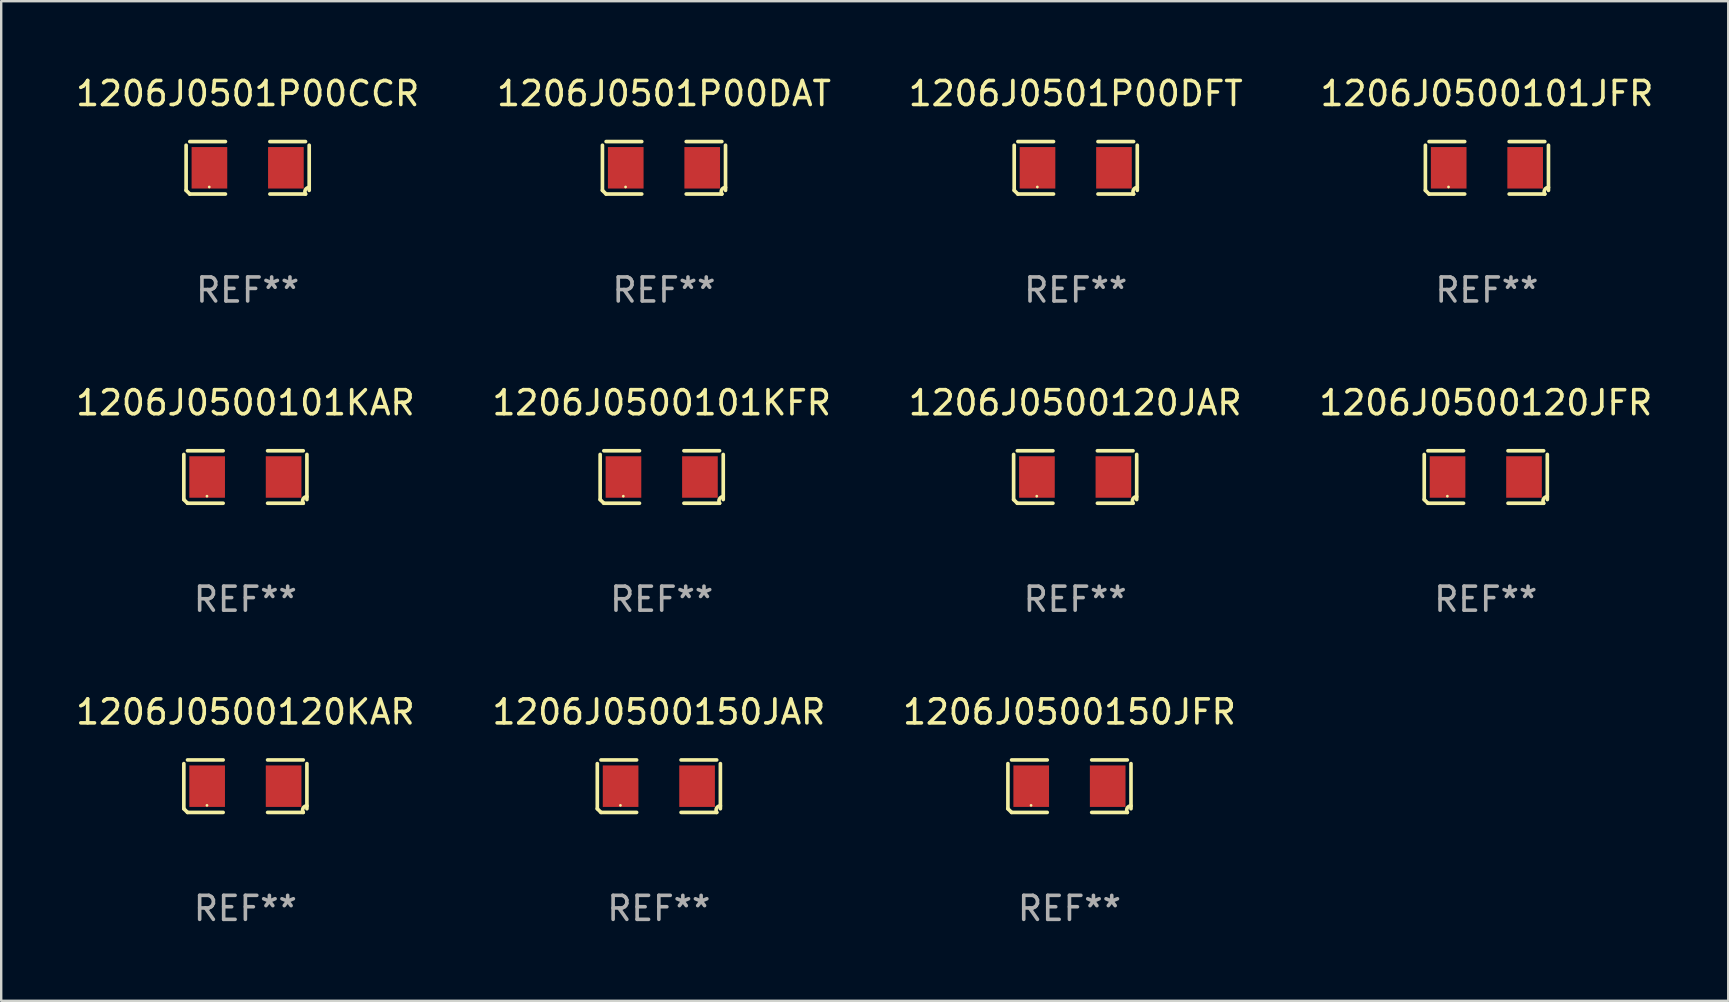
<source format=kicad_pcb>
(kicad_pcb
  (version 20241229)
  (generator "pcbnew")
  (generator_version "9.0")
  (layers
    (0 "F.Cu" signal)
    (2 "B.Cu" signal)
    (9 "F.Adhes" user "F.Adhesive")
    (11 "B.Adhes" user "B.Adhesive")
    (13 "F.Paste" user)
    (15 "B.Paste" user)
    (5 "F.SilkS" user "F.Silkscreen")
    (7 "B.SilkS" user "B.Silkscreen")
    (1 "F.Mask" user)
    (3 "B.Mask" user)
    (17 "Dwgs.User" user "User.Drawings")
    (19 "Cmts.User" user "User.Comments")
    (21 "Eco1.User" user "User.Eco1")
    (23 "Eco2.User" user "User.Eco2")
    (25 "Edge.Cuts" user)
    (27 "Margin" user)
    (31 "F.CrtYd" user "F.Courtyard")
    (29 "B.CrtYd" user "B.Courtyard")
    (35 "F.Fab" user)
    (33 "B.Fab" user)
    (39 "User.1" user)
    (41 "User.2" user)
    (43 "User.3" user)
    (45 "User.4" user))
  (footprint "1206J0500120KAR"
    (layer "F.Cu")
    (at 7.173 29.704)
    (property "Reference" "1206J0500120KAR" (at 0 -3.093 0) (layer "F.SilkS") (effects (font (size 1 1) (thickness 0.15))))
    (attr through_hole)
    (fp_line (start -2.564 0.94) (end -2.564 -0.94) (stroke (width 0.152) (type solid)) (layer "F.SilkS"))
    (fp_line (start -2.411 -1.093) (end -0.926 -1.093) (stroke (width 0.152) (type solid)) (layer "F.SilkS"))
    (fp_line (start -0.926 1.093) (end -2.411 1.093) (stroke (width 0.152) (type solid)) (layer "F.SilkS"))
    (fp_line (start 0.926 1.093) (end 2.411 1.093) (stroke (width 0.152) (type solid)) (layer "F.SilkS"))
    (fp_line (start 2.411 -1.093) (end 0.926 -1.093) (stroke (width 0.152) (type solid)) (layer "F.SilkS"))
    (fp_line (start 2.564 0.94) (end 2.564 -0.94) (stroke (width 0.152) (type solid)) (layer "F.SilkS"))
    (fp_arc (start -2.411201 1.092609) (mid -2.487413 1.01642) (end -2.563602 0.940208) (stroke (width 0.1524) (type solid)) (layer "F.SilkS"))
    (fp_arc (start 2.411201 1.092609) (mid 2.407159 0.911226) (end 2.563602 0.819347) (stroke (width 0.1524) (type solid)) (layer "F.SilkS"))
    (fp_circle (center -1.6 0.8) (end -1.57 0.8) (stroke (width 0.06) (type solid)) (fill no) (layer "F.SilkS"))
    (fp_text user "REF**" (at 0 5.093 0) (layer "F.Fab") (effects (font (size 1 1) (thickness 0.15))))
    (pad "1" smd rect (at -1.593 0) (size 1.485 1.728) (layers "F.Cu" "F.Mask" "F.Paste"))
    (pad "2" smd rect (at 1.593 0) (size 1.485 1.728) (layers "F.Cu" "F.Mask" "F.Paste")))
  (footprint "1206J0500101JFR"
    (layer "F.Cu")
    (at 58.899 3.941)
    (property "Reference" "1206J0500101JFR" (at 0 -3.093 0) (layer "F.SilkS") (effects (font (size 1 1) (thickness 0.15))))
    (attr through_hole)
    (fp_line (start -2.564 0.94) (end -2.564 -0.94) (stroke (width 0.152) (type solid)) (layer "F.SilkS"))
    (fp_line (start -2.411 -1.093) (end -0.926 -1.093) (stroke (width 0.152) (type solid)) (layer "F.SilkS"))
    (fp_line (start -0.926 1.093) (end -2.411 1.093) (stroke (width 0.152) (type solid)) (layer "F.SilkS"))
    (fp_line (start 0.926 1.093) (end 2.411 1.093) (stroke (width 0.152) (type solid)) (layer "F.SilkS"))
    (fp_line (start 2.411 -1.093) (end 0.926 -1.093) (stroke (width 0.152) (type solid)) (layer "F.SilkS"))
    (fp_line (start 2.564 0.94) (end 2.564 -0.94) (stroke (width 0.152) (type solid)) (layer "F.SilkS"))
    (fp_arc (start -2.411201 1.092609) (mid -2.487413 1.01642) (end -2.563602 0.940208) (stroke (width 0.1524) (type solid)) (layer "F.SilkS"))
    (fp_arc (start 2.411201 1.092609) (mid 2.407159 0.911226) (end 2.563602 0.819347) (stroke (width 0.1524) (type solid)) (layer "F.SilkS"))
    (fp_circle (center -1.6 0.8) (end -1.57 0.8) (stroke (width 0.06) (type solid)) (fill no) (layer "F.SilkS"))
    (fp_text user "REF**" (at 0 5.093 0) (layer "F.Fab") (effects (font (size 1 1) (thickness 0.15))))
    (pad "1" smd rect (at -1.593 0) (size 1.485 1.728) (layers "F.Cu" "F.Mask" "F.Paste"))
    (pad "2" smd rect (at 1.593 0) (size 1.485 1.728) (layers "F.Cu" "F.Mask" "F.Paste")))
  (footprint "1206J0500101KAR"
    (layer "F.Cu")
    (at 7.173 16.823)
    (property "Reference" "1206J0500101KAR" (at 0 -3.093 0) (layer "F.SilkS") (effects (font (size 1 1) (thickness 0.15))))
    (attr through_hole)
    (fp_line (start -2.564 0.94) (end -2.564 -0.94) (stroke (width 0.152) (type solid)) (layer "F.SilkS"))
    (fp_line (start -2.411 -1.093) (end -0.926 -1.093) (stroke (width 0.152) (type solid)) (layer "F.SilkS"))
    (fp_line (start -0.926 1.093) (end -2.411 1.093) (stroke (width 0.152) (type solid)) (layer "F.SilkS"))
    (fp_line (start 0.926 1.093) (end 2.411 1.093) (stroke (width 0.152) (type solid)) (layer "F.SilkS"))
    (fp_line (start 2.411 -1.093) (end 0.926 -1.093) (stroke (width 0.152) (type solid)) (layer "F.SilkS"))
    (fp_line (start 2.564 0.94) (end 2.564 -0.94) (stroke (width 0.152) (type solid)) (layer "F.SilkS"))
    (fp_arc (start -2.411201 1.092609) (mid -2.487413 1.01642) (end -2.563602 0.940208) (stroke (width 0.1524) (type solid)) (layer "F.SilkS"))
    (fp_arc (start 2.411201 1.092609) (mid 2.407159 0.911226) (end 2.563602 0.819347) (stroke (width 0.1524) (type solid)) (layer "F.SilkS"))
    (fp_circle (center -1.6 0.8) (end -1.57 0.8) (stroke (width 0.06) (type solid)) (fill no) (layer "F.SilkS"))
    (fp_text user "REF**" (at 0 5.093 0) (layer "F.Fab") (effects (font (size 1 1) (thickness 0.15))))
    (pad "1" smd rect (at -1.593 0) (size 1.485 1.728) (layers "F.Cu" "F.Mask" "F.Paste"))
    (pad "2" smd rect (at 1.593 0) (size 1.485 1.728) (layers "F.Cu" "F.Mask" "F.Paste")))
  (footprint "1206J0500120JAR"
    (layer "F.Cu")
    (at 41.744 16.823)
    (property "Reference" "1206J0500120JAR" (at 0 -3.093 0) (layer "F.SilkS") (effects (font (size 1 1) (thickness 0.15))))
    (attr through_hole)
    (fp_line (start -2.564 0.94) (end -2.564 -0.94) (stroke (width 0.152) (type solid)) (layer "F.SilkS"))
    (fp_line (start -2.411 -1.093) (end -0.926 -1.093) (stroke (width 0.152) (type solid)) (layer "F.SilkS"))
    (fp_line (start -0.926 1.093) (end -2.411 1.093) (stroke (width 0.152) (type solid)) (layer "F.SilkS"))
    (fp_line (start 0.926 1.093) (end 2.411 1.093) (stroke (width 0.152) (type solid)) (layer "F.SilkS"))
    (fp_line (start 2.411 -1.093) (end 0.926 -1.093) (stroke (width 0.152) (type solid)) (layer "F.SilkS"))
    (fp_line (start 2.564 0.94) (end 2.564 -0.94) (stroke (width 0.152) (type solid)) (layer "F.SilkS"))
    (fp_arc (start -2.411201 1.092609) (mid -2.487413 1.01642) (end -2.563602 0.940208) (stroke (width 0.1524) (type solid)) (layer "F.SilkS"))
    (fp_arc (start 2.411201 1.092609) (mid 2.407159 0.911226) (end 2.563602 0.819347) (stroke (width 0.1524) (type solid)) (layer "F.SilkS"))
    (fp_circle (center -1.6 0.8) (end -1.57 0.8) (stroke (width 0.06) (type solid)) (fill no) (layer "F.SilkS"))
    (fp_text user "REF**" (at 0 5.093 0) (layer "F.Fab") (effects (font (size 1 1) (thickness 0.15))))
    (pad "1" smd rect (at -1.593 0) (size 1.485 1.728) (layers "F.Cu" "F.Mask" "F.Paste"))
    (pad "2" smd rect (at 1.593 0) (size 1.485 1.728) (layers "F.Cu" "F.Mask" "F.Paste")))
  (footprint "1206J0501P00CCR"
    (layer "F.Cu")
    (at 7.268 3.941)
    (property "Reference" "1206J0501P00CCR" (at 0 -3.093 0) (layer "F.SilkS") (effects (font (size 1 1) (thickness 0.15))))
    (attr through_hole)
    (fp_line (start -2.564 0.94) (end -2.564 -0.94) (stroke (width 0.152) (type solid)) (layer "F.SilkS"))
    (fp_line (start -2.411 -1.093) (end -0.926 -1.093) (stroke (width 0.152) (type solid)) (layer "F.SilkS"))
    (fp_line (start -0.926 1.093) (end -2.411 1.093) (stroke (width 0.152) (type solid)) (layer "F.SilkS"))
    (fp_line (start 0.926 1.093) (end 2.411 1.093) (stroke (width 0.152) (type solid)) (layer "F.SilkS"))
    (fp_line (start 2.411 -1.093) (end 0.926 -1.093) (stroke (width 0.152) (type solid)) (layer "F.SilkS"))
    (fp_line (start 2.564 0.94) (end 2.564 -0.94) (stroke (width 0.152) (type solid)) (layer "F.SilkS"))
    (fp_arc (start -2.411201 1.092609) (mid -2.487413 1.01642) (end -2.563602 0.940208) (stroke (width 0.1524) (type solid)) (layer "F.SilkS"))
    (fp_arc (start 2.411201 1.092609) (mid 2.407159 0.911226) (end 2.563602 0.819347) (stroke (width 0.1524) (type solid)) (layer "F.SilkS"))
    (fp_circle (center -1.6 0.8) (end -1.57 0.8) (stroke (width 0.06) (type solid)) (fill no) (layer "F.SilkS"))
    (fp_text user "REF**" (at 0 5.093 0) (layer "F.Fab") (effects (font (size 1 1) (thickness 0.15))))
    (pad "1" smd rect (at -1.593 0) (size 1.485 1.728) (layers "F.Cu" "F.Mask" "F.Paste"))
    (pad "2" smd rect (at 1.593 0) (size 1.485 1.728) (layers "F.Cu" "F.Mask" "F.Paste")))
  (footprint "1206J0500120JFR"
    (layer "F.Cu")
    (at 58.851 16.823)
    (property "Reference" "1206J0500120JFR" (at 0 -3.093 0) (layer "F.SilkS") (effects (font (size 1 1) (thickness 0.15))))
    (attr through_hole)
    (fp_line (start -2.564 0.94) (end -2.564 -0.94) (stroke (width 0.152) (type solid)) (layer "F.SilkS"))
    (fp_line (start -2.411 -1.093) (end -0.926 -1.093) (stroke (width 0.152) (type solid)) (layer "F.SilkS"))
    (fp_line (start -0.926 1.093) (end -2.411 1.093) (stroke (width 0.152) (type solid)) (layer "F.SilkS"))
    (fp_line (start 0.926 1.093) (end 2.411 1.093) (stroke (width 0.152) (type solid)) (layer "F.SilkS"))
    (fp_line (start 2.411 -1.093) (end 0.926 -1.093) (stroke (width 0.152) (type solid)) (layer "F.SilkS"))
    (fp_line (start 2.564 0.94) (end 2.564 -0.94) (stroke (width 0.152) (type solid)) (layer "F.SilkS"))
    (fp_arc (start -2.411201 1.092609) (mid -2.487413 1.01642) (end -2.563602 0.940208) (stroke (width 0.1524) (type solid)) (layer "F.SilkS"))
    (fp_arc (start 2.411201 1.092609) (mid 2.407159 0.911226) (end 2.563602 0.819347) (stroke (width 0.1524) (type solid)) (layer "F.SilkS"))
    (fp_circle (center -1.6 0.8) (end -1.57 0.8) (stroke (width 0.06) (type solid)) (fill no) (layer "F.SilkS"))
    (fp_text user "REF**" (at 0 5.093 0) (layer "F.Fab") (effects (font (size 1 1) (thickness 0.15))))
    (pad "1" smd rect (at -1.593 0) (size 1.485 1.728) (layers "F.Cu" "F.Mask" "F.Paste"))
    (pad "2" smd rect (at 1.593 0) (size 1.485 1.728) (layers "F.Cu" "F.Mask" "F.Paste")))
  (footprint "1206J0500150JFR"
    (layer "F.Cu")
    (at 41.506 29.704)
    (property "Reference" "1206J0500150JFR" (at 0 -3.093 0) (layer "F.SilkS") (effects (font (size 1 1) (thickness 0.15))))
    (attr through_hole)
    (fp_line (start -2.564 0.94) (end -2.564 -0.94) (stroke (width 0.152) (type solid)) (layer "F.SilkS"))
    (fp_line (start -2.411 -1.093) (end -0.926 -1.093) (stroke (width 0.152) (type solid)) (layer "F.SilkS"))
    (fp_line (start -0.926 1.093) (end -2.411 1.093) (stroke (width 0.152) (type solid)) (layer "F.SilkS"))
    (fp_line (start 0.926 1.093) (end 2.411 1.093) (stroke (width 0.152) (type solid)) (layer "F.SilkS"))
    (fp_line (start 2.411 -1.093) (end 0.926 -1.093) (stroke (width 0.152) (type solid)) (layer "F.SilkS"))
    (fp_line (start 2.564 0.94) (end 2.564 -0.94) (stroke (width 0.152) (type solid)) (layer "F.SilkS"))
    (fp_arc (start -2.411201 1.092609) (mid -2.487413 1.01642) (end -2.563602 0.940208) (stroke (width 0.1524) (type solid)) (layer "F.SilkS"))
    (fp_arc (start 2.411201 1.092609) (mid 2.407159 0.911226) (end 2.563602 0.819347) (stroke (width 0.1524) (type solid)) (layer "F.SilkS"))
    (fp_circle (center -1.6 0.8) (end -1.57 0.8) (stroke (width 0.06) (type solid)) (fill no) (layer "F.SilkS"))
    (fp_text user "REF**" (at 0 5.093 0) (layer "F.Fab") (effects (font (size 1 1) (thickness 0.15))))
    (pad "1" smd rect (at -1.593 0) (size 1.485 1.728) (layers "F.Cu" "F.Mask" "F.Paste"))
    (pad "2" smd rect (at 1.593 0) (size 1.485 1.728) (layers "F.Cu" "F.Mask" "F.Paste")))
  (footprint "1206J0501P00DFT"
    (layer "F.Cu")
    (at 41.768 3.941)
    (property "Reference" "1206J0501P00DFT" (at 0 -3.093 0) (layer "F.SilkS") (effects (font (size 1 1) (thickness 0.15))))
    (attr through_hole)
    (fp_line (start -2.564 0.94) (end -2.564 -0.94) (stroke (width 0.152) (type solid)) (layer "F.SilkS"))
    (fp_line (start -2.411 -1.093) (end -0.926 -1.093) (stroke (width 0.152) (type solid)) (layer "F.SilkS"))
    (fp_line (start -0.926 1.093) (end -2.411 1.093) (stroke (width 0.152) (type solid)) (layer "F.SilkS"))
    (fp_line (start 0.926 1.093) (end 2.411 1.093) (stroke (width 0.152) (type solid)) (layer "F.SilkS"))
    (fp_line (start 2.411 -1.093) (end 0.926 -1.093) (stroke (width 0.152) (type solid)) (layer "F.SilkS"))
    (fp_line (start 2.564 0.94) (end 2.564 -0.94) (stroke (width 0.152) (type solid)) (layer "F.SilkS"))
    (fp_arc (start -2.411201 1.092609) (mid -2.487413 1.01642) (end -2.563602 0.940208) (stroke (width 0.1524) (type solid)) (layer "F.SilkS"))
    (fp_arc (start 2.411201 1.092609) (mid 2.407159 0.911226) (end 2.563602 0.819347) (stroke (width 0.1524) (type solid)) (layer "F.SilkS"))
    (fp_circle (center -1.6 0.8) (end -1.57 0.8) (stroke (width 0.06) (type solid)) (fill no) (layer "F.SilkS"))
    (fp_text user "REF**" (at 0 5.093 0) (layer "F.Fab") (effects (font (size 1 1) (thickness 0.15))))
    (pad "1" smd rect (at -1.593 0) (size 1.485 1.728) (layers "F.Cu" "F.Mask" "F.Paste"))
    (pad "2" smd rect (at 1.593 0) (size 1.485 1.728) (layers "F.Cu" "F.Mask" "F.Paste")))
  (footprint "1206J0500101KFR"
    (layer "F.Cu")
    (at 24.518 16.823)
    (property "Reference" "1206J0500101KFR" (at 0 -3.093 0) (layer "F.SilkS") (effects (font (size 1 1) (thickness 0.15))))
    (attr through_hole)
    (fp_line (start -2.564 0.94) (end -2.564 -0.94) (stroke (width 0.152) (type solid)) (layer "F.SilkS"))
    (fp_line (start -2.411 -1.093) (end -0.926 -1.093) (stroke (width 0.152) (type solid)) (layer "F.SilkS"))
    (fp_line (start -0.926 1.093) (end -2.411 1.093) (stroke (width 0.152) (type solid)) (layer "F.SilkS"))
    (fp_line (start 0.926 1.093) (end 2.411 1.093) (stroke (width 0.152) (type solid)) (layer "F.SilkS"))
    (fp_line (start 2.411 -1.093) (end 0.926 -1.093) (stroke (width 0.152) (type solid)) (layer "F.SilkS"))
    (fp_line (start 2.564 0.94) (end 2.564 -0.94) (stroke (width 0.152) (type solid)) (layer "F.SilkS"))
    (fp_arc (start -2.411201 1.092609) (mid -2.487413 1.01642) (end -2.563602 0.940208) (stroke (width 0.1524) (type solid)) (layer "F.SilkS"))
    (fp_arc (start 2.411201 1.092609) (mid 2.407159 0.911226) (end 2.563602 0.819347) (stroke (width 0.1524) (type solid)) (layer "F.SilkS"))
    (fp_circle (center -1.6 0.8) (end -1.57 0.8) (stroke (width 0.06) (type solid)) (fill no) (layer "F.SilkS"))
    (fp_text user "REF**" (at 0 5.093 0) (layer "F.Fab") (effects (font (size 1 1) (thickness 0.15))))
    (pad "1" smd rect (at -1.593 0) (size 1.485 1.728) (layers "F.Cu" "F.Mask" "F.Paste"))
    (pad "2" smd rect (at 1.593 0) (size 1.485 1.728) (layers "F.Cu" "F.Mask" "F.Paste")))
  (footprint "1206J0500150JAR"
    (layer "F.Cu")
    (at 24.399 29.704)
    (property "Reference" "1206J0500150JAR" (at 0 -3.093 0) (layer "F.SilkS") (effects (font (size 1 1) (thickness 0.15))))
    (attr through_hole)
    (fp_line (start -2.564 0.94) (end -2.564 -0.94) (stroke (width 0.152) (type solid)) (layer "F.SilkS"))
    (fp_line (start -2.411 -1.093) (end -0.926 -1.093) (stroke (width 0.152) (type solid)) (layer "F.SilkS"))
    (fp_line (start -0.926 1.093) (end -2.411 1.093) (stroke (width 0.152) (type solid)) (layer "F.SilkS"))
    (fp_line (start 0.926 1.093) (end 2.411 1.093) (stroke (width 0.152) (type solid)) (layer "F.SilkS"))
    (fp_line (start 2.411 -1.093) (end 0.926 -1.093) (stroke (width 0.152) (type solid)) (layer "F.SilkS"))
    (fp_line (start 2.564 0.94) (end 2.564 -0.94) (stroke (width 0.152) (type solid)) (layer "F.SilkS"))
    (fp_arc (start -2.411201 1.092609) (mid -2.487413 1.01642) (end -2.563602 0.940208) (stroke (width 0.1524) (type solid)) (layer "F.SilkS"))
    (fp_arc (start 2.411201 1.092609) (mid 2.407159 0.911226) (end 2.563602 0.819347) (stroke (width 0.1524) (type solid)) (layer "F.SilkS"))
    (fp_circle (center -1.6 0.8) (end -1.57 0.8) (stroke (width 0.06) (type solid)) (fill no) (layer "F.SilkS"))
    (fp_text user "REF**" (at 0 5.093 0) (layer "F.Fab") (effects (font (size 1 1) (thickness 0.15))))
    (pad "1" smd rect (at -1.593 0) (size 1.485 1.728) (layers "F.Cu" "F.Mask" "F.Paste"))
    (pad "2" smd rect (at 1.593 0) (size 1.485 1.728) (layers "F.Cu" "F.Mask" "F.Paste")))
  (footprint "1206J0501P00DAT"
    (layer "F.Cu")
    (at 24.613 3.941)
    (property "Reference" "1206J0501P00DAT" (at 0 -3.093 0) (layer "F.SilkS") (effects (font (size 1 1) (thickness 0.15))))
    (attr through_hole)
    (fp_line (start -2.564 0.94) (end -2.564 -0.94) (stroke (width 0.152) (type solid)) (layer "F.SilkS"))
    (fp_line (start -2.411 -1.093) (end -0.926 -1.093) (stroke (width 0.152) (type solid)) (layer "F.SilkS"))
    (fp_line (start -0.926 1.093) (end -2.411 1.093) (stroke (width 0.152) (type solid)) (layer "F.SilkS"))
    (fp_line (start 0.926 1.093) (end 2.411 1.093) (stroke (width 0.152) (type solid)) (layer "F.SilkS"))
    (fp_line (start 2.411 -1.093) (end 0.926 -1.093) (stroke (width 0.152) (type solid)) (layer "F.SilkS"))
    (fp_line (start 2.564 0.94) (end 2.564 -0.94) (stroke (width 0.152) (type solid)) (layer "F.SilkS"))
    (fp_arc (start -2.411201 1.092609) (mid -2.487413 1.01642) (end -2.563602 0.940208) (stroke (width 0.1524) (type solid)) (layer "F.SilkS"))
    (fp_arc (start 2.411201 1.092609) (mid 2.407159 0.911226) (end 2.563602 0.819347) (stroke (width 0.1524) (type solid)) (layer "F.SilkS"))
    (fp_circle (center -1.6 0.8) (end -1.57 0.8) (stroke (width 0.06) (type solid)) (fill no) (layer "F.SilkS"))
    (fp_text user "REF**" (at 0 5.093 0) (layer "F.Fab") (effects (font (size 1 1) (thickness 0.15))))
    (pad "1" smd rect (at -1.593 0) (size 1.485 1.728) (layers "F.Cu" "F.Mask" "F.Paste"))
    (pad "2" smd rect (at 1.593 0) (size 1.485 1.728) (layers "F.Cu" "F.Mask" "F.Paste")))
  (gr_rect
    (start -3 -3)
    (end 68.952 38.645)
    (stroke (width 0.1) (type default))
    (fill no)
    (layer "Edge.Cuts")))
</source>
